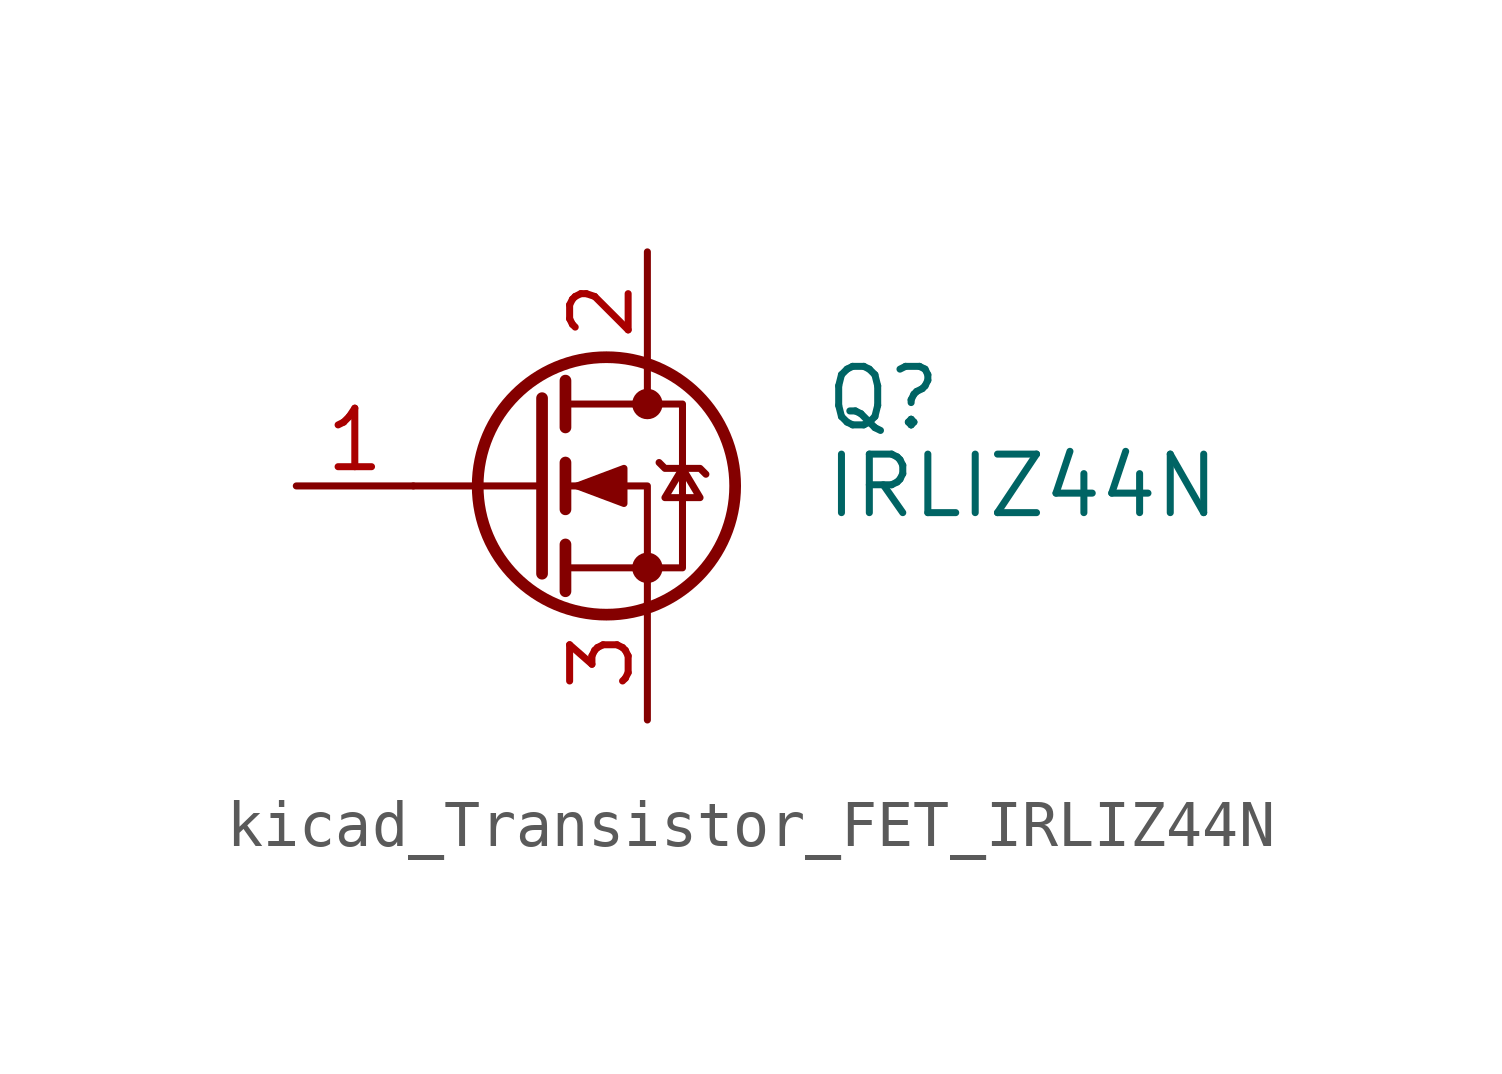
<source format=kicad_sym>
(kicad_symbol_lib
  (version 20220914)
  (generator kicad_symbol_editor)
  (symbol "kicad_Transistor_FET_IRLIZ44N"
    (pin_names hide)
    (property "Reference" "Q"
      (at 6.35 1.905 0)
      (effects (font (size 1.27 1.27)) (justify left)))
    (property "Value" "IRLIZ44N"
      (at 6.35 0 0)
      (effects (font (size 1.27 1.27)) (justify left)))
    (symbol "kicad_Transistor_FET_IRLIZ44N_0_1"
      (polyline (pts (xy 0.254 0) (xy -2.54 0)) (stroke (width 0) (type default)) (fill (type none)))
      (polyline (pts (xy 0.254 1.905) (xy 0.254 -1.905)) (stroke (width 0.254) (type default)) (fill (type none)))
      (polyline (pts (xy 0.762 -1.27) (xy 0.762 -2.286)) (stroke (width 0.254) (type default)) (fill (type none)))
      (polyline (pts (xy 0.762 0.508) (xy 0.762 -0.508)) (stroke (width 0.254) (type default)) (fill (type none)))
      (polyline (pts (xy 0.762 2.286) (xy 0.762 1.27)) (stroke (width 0.254) (type default)) (fill (type none)))
      (polyline (pts (xy 2.54 2.54) (xy 2.54 1.778)) (stroke (width 0) (type default)) (fill (type none)))
      (polyline (pts (xy 2.54 -2.54) (xy 2.54 0) (xy 0.762 0)) (stroke (width 0) (type default)) (fill (type none)))
      (polyline (pts (xy 0.762 -1.778) (xy 3.302 -1.778) (xy 3.302 1.778) (xy 0.762 1.778)) (stroke (width 0) (type default)) (fill (type none)))
      (polyline (pts (xy 1.016 0) (xy 2.032 0.381) (xy 2.032 -0.381) (xy 1.016 0)) (stroke (width 0) (type default)) (fill (type outline)))
      (polyline (pts (xy 2.794 0.508) (xy 2.921 0.381) (xy 3.683 0.381) (xy 3.81 0.254)) (stroke (width 0) (type default)) (fill (type none)))
      (polyline (pts (xy 3.302 0.381) (xy 2.921 -0.254) (xy 3.683 -0.254) (xy 3.302 0.381)) (stroke (width 0) (type default)) (fill (type none)))
      (circle (center 1.651 0) (radius 2.794) (stroke (width 0.254) (type default)) (fill (type none)))
      (circle (center 2.54 -1.778) (radius 0.254) (stroke (width 0) (type default)) (fill (type outline)))
      (circle (center 2.54 1.778) (radius 0.254) (stroke (width 0) (type default)) (fill (type outline))))
    (symbol "kicad_Transistor_FET_IRLIZ44N_1_1"
      (pin input line (at -5.08 0 0) (length 2.54) (name "G" (effects (font (size 1.27 1.27)))) (number "1" (effects (font (size 1.27 1.27)))))
      (pin passive line (at 2.54 5.08 270) (length 2.54) (name "D" (effects (font (size 1.27 1.27)))) (number "2" (effects (font (size 1.27 1.27)))))
      (pin passive line (at 2.54 -5.08 90) (length 2.54) (name "S" (effects (font (size 1.27 1.27)))) (number "3" (effects (font (size 1.27 1.27))))))))
</source>
